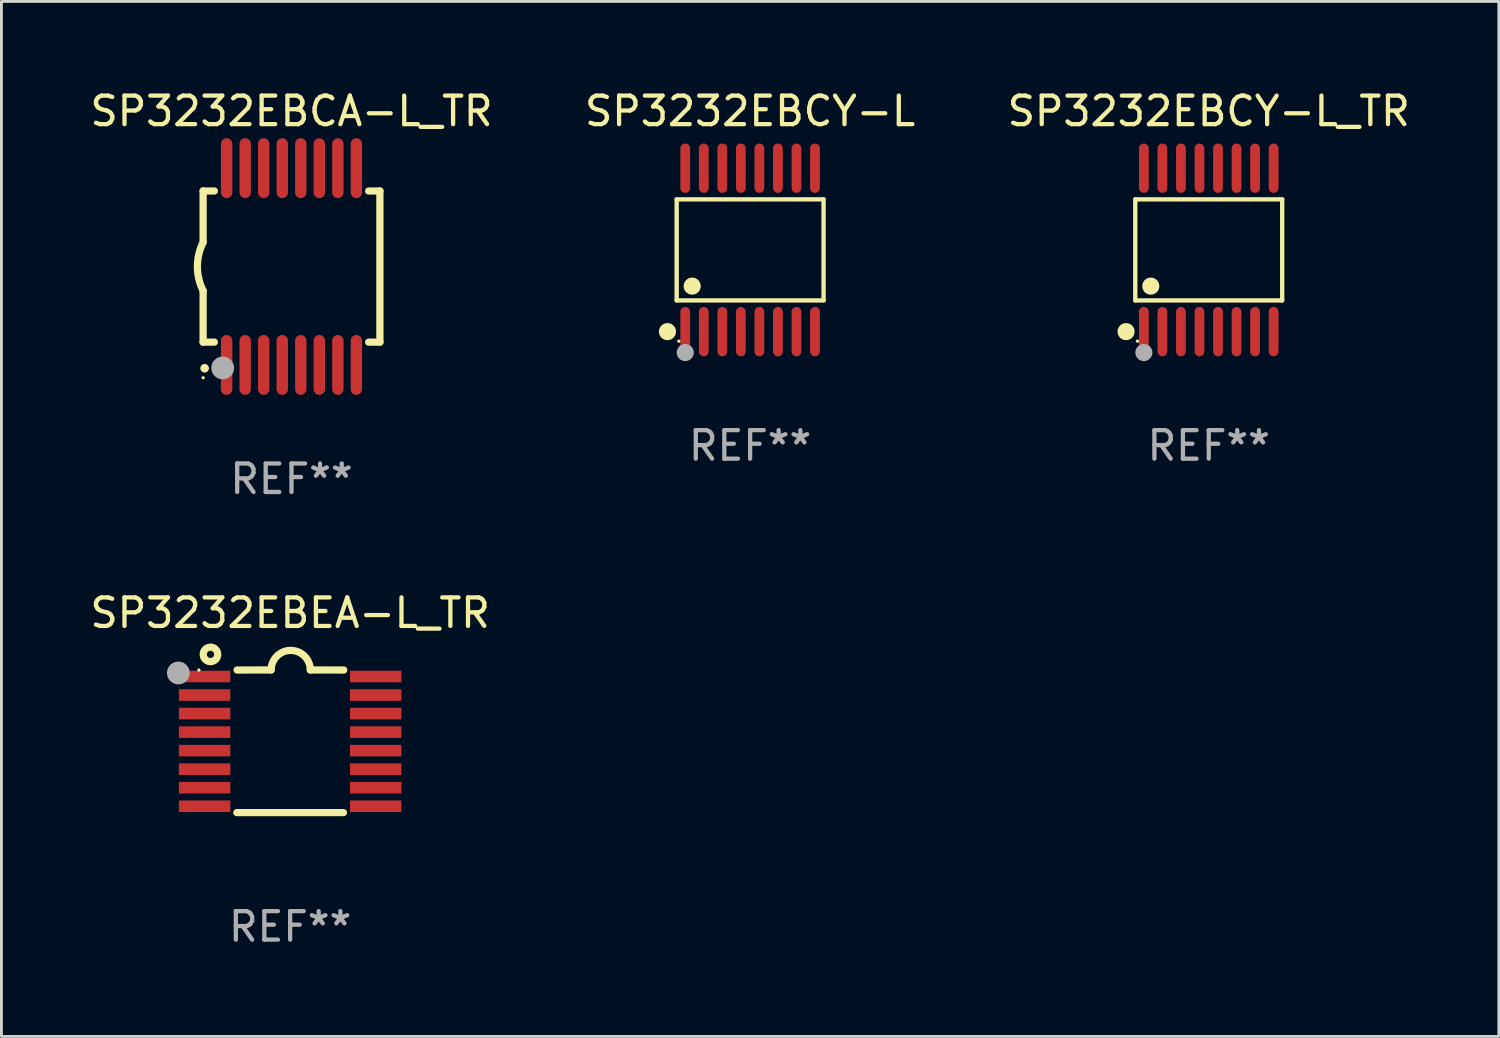
<source format=kicad_pcb>
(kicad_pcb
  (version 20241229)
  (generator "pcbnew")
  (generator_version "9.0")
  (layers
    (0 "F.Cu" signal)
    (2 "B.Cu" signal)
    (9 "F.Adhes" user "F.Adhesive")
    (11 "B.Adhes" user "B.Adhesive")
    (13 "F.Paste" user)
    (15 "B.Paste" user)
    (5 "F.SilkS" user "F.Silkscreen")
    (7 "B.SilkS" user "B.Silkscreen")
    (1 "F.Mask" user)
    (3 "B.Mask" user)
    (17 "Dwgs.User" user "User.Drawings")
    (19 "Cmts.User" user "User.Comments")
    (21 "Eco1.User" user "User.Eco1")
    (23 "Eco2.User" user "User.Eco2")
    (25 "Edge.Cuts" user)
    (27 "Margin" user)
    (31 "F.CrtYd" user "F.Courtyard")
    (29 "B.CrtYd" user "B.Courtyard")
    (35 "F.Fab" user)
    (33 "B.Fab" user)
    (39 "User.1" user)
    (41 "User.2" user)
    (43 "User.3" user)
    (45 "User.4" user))
  (footprint "SP3232EBCY-L"
    (layer "F.Cu")
    (at 23.256 5.714)
    (property "Reference" "SP3232EBCY-L" (at 0 -4.866 0) (layer "F.SilkS") (effects (font (size 1 1) (thickness 0.15))))
    (attr through_hole)
    (fp_line (start -2.576 -1.772) (end 2.576 -1.772) (stroke (width 0.152) (type solid)) (layer "F.SilkS"))
    (fp_line (start -2.576 1.771) (end -2.576 -1.772) (stroke (width 0.152) (type solid)) (layer "F.SilkS"))
    (fp_line (start 2.576 -1.772) (end 2.576 1.771) (stroke (width 0.152) (type solid)) (layer "F.SilkS"))
    (fp_line (start 2.576 1.771) (end -2.576 1.771) (stroke (width 0.152) (type solid)) (layer "F.SilkS"))
    (fp_circle (center -2.899 2.866) (end -2.749 2.866) (stroke (width 0.3) (type solid)) (fill no) (layer "F.SilkS"))
    (fp_circle (center -2.5 3.2) (end -2.47 3.2) (stroke (width 0.06) (type solid)) (fill no) (layer "F.SilkS"))
    (fp_circle (center -2.032 1.27) (end -1.882 1.27) (stroke (width 0.3) (type solid)) (fill no) (layer "F.SilkS"))
    (fp_circle (center -2.275 3.6) (end -2.125 3.6) (stroke (width 0.3) (type solid)) (fill no) (layer "F.Fab"))
    (fp_text user "REF**" (at 0 6.866 0) (layer "F.Fab") (effects (font (size 1 1) (thickness 0.15))))
    (pad "1" smd oval (at -2.275 2.866) (size 0.343 1.731) (layers "F.Cu" "F.Mask" "F.Paste"))
    (pad "2" smd oval (at -1.625 2.866) (size 0.343 1.731) (layers "F.Cu" "F.Mask" "F.Paste"))
    (pad "3" smd oval (at -0.975 2.866) (size 0.343 1.731) (layers "F.Cu" "F.Mask" "F.Paste"))
    (pad "4" smd oval (at -0.325 2.866) (size 0.343 1.731) (layers "F.Cu" "F.Mask" "F.Paste"))
    (pad "5" smd oval (at 0.325 2.866) (size 0.343 1.731) (layers "F.Cu" "F.Mask" "F.Paste"))
    (pad "6" smd oval (at 0.975 2.866) (size 0.343 1.731) (layers "F.Cu" "F.Mask" "F.Paste"))
    (pad "7" smd oval (at 1.625 2.866) (size 0.343 1.731) (layers "F.Cu" "F.Mask" "F.Paste"))
    (pad "8" smd oval (at 2.275 2.866) (size 0.343 1.731) (layers "F.Cu" "F.Mask" "F.Paste"))
    (pad "9" smd oval (at 2.275 -2.866) (size 0.343 1.731) (layers "F.Cu" "F.Mask" "F.Paste"))
    (pad "10" smd oval (at 1.625 -2.866) (size 0.343 1.731) (layers "F.Cu" "F.Mask" "F.Paste"))
    (pad "11" smd oval (at 0.975 -2.866) (size 0.343 1.731) (layers "F.Cu" "F.Mask" "F.Paste"))
    (pad "12" smd oval (at 0.325 -2.866) (size 0.343 1.731) (layers "F.Cu" "F.Mask" "F.Paste"))
    (pad "13" smd oval (at -0.325 -2.866) (size 0.343 1.731) (layers "F.Cu" "F.Mask" "F.Paste"))
    (pad "14" smd oval (at -0.975 -2.866) (size 0.343 1.731) (layers "F.Cu" "F.Mask" "F.Paste"))
    (pad "15" smd oval (at -1.625 -2.866) (size 0.343 1.731) (layers "F.Cu" "F.Mask" "F.Paste"))
    (pad "16" smd oval (at -2.275 -2.866) (size 0.343 1.731) (layers "F.Cu" "F.Mask" "F.Paste")))
  (footprint "SP3232EBEA-L_TR"
    (layer "F.Cu")
    (at 7.125 22.946)
    (property "Reference" "SP3232EBEA-L_TR" (at 0 -4.501 0) (layer "F.SilkS") (effects (font (size 1 1) (thickness 0.15))))
    (attr through_hole)
    (fp_line (start -1.868 2.501) (end 1.868 2.501) (stroke (width 0.254) (type solid)) (layer "F.SilkS"))
    (fp_line (start -1.86 -2.499) (end -0.666 -2.501) (stroke (width 0.254) (type solid)) (layer "F.SilkS"))
    (fp_line (start 0.706 -2.501) (end 1.88 -2.499) (stroke (width 0.254) (type solid)) (layer "F.SilkS"))
    (fp_arc (start -0.665914 -2.501448) (mid 0.019888 -3.18725) (end 0.70569 -2.501448) (stroke (width 0.254001) (type solid)) (layer "F.SilkS"))
    (fp_circle (center -3.2 -2.497) (end -3.17 -2.497) (stroke (width 0.06) (type solid)) (fill no) (layer "F.SilkS"))
    (fp_circle (center -2.794 -3.047) (end -2.54 -3.047) (stroke (width 0.254) (type solid)) (fill no) (layer "F.SilkS"))
    (fp_circle (center -3.921 -2.395) (end -3.721 -2.395) (stroke (width 0.4) (type solid)) (fill no) (layer "F.Fab"))
    (fp_text user "REF**" (at 0 6.501 0) (layer "F.Fab") (effects (font (size 1 1) (thickness 0.15))))
    (pad "1" smd rect (at -3 -2.272) (size 1.803 0.406) (layers "F.Cu" "F.Mask" "F.Paste"))
    (pad "2" smd rect (at -3 -1.622) (size 1.803 0.406) (layers "F.Cu" "F.Mask" "F.Paste"))
    (pad "3" smd rect (at -3 -0.972) (size 1.803 0.406) (layers "F.Cu" "F.Mask" "F.Paste"))
    (pad "4" smd rect (at -3 -0.322) (size 1.803 0.406) (layers "F.Cu" "F.Mask" "F.Paste"))
    (pad "5" smd rect (at -3 0.328) (size 1.803 0.406) (layers "F.Cu" "F.Mask" "F.Paste"))
    (pad "6" smd rect (at -3 0.978) (size 1.803 0.406) (layers "F.Cu" "F.Mask" "F.Paste"))
    (pad "7" smd rect (at -3 1.628) (size 1.803 0.406) (layers "F.Cu" "F.Mask" "F.Paste"))
    (pad "8" smd rect (at -3 2.278) (size 1.803 0.406) (layers "F.Cu" "F.Mask" "F.Paste"))
    (pad "9" smd rect (at 3 2.278) (size 1.803 0.406) (layers "F.Cu" "F.Mask" "F.Paste"))
    (pad "10" smd rect (at 3 1.628) (size 1.803 0.406) (layers "F.Cu" "F.Mask" "F.Paste"))
    (pad "11" smd rect (at 3 0.978) (size 1.803 0.406) (layers "F.Cu" "F.Mask" "F.Paste"))
    (pad "12" smd rect (at 3 0.328) (size 1.803 0.406) (layers "F.Cu" "F.Mask" "F.Paste"))
    (pad "13" smd rect (at 3 -0.322) (size 1.803 0.406) (layers "F.Cu" "F.Mask" "F.Paste"))
    (pad "14" smd rect (at 3 -0.972) (size 1.803 0.406) (layers "F.Cu" "F.Mask" "F.Paste"))
    (pad "15" smd rect (at 3 -1.622) (size 1.803 0.406) (layers "F.Cu" "F.Mask" "F.Paste"))
    (pad "16" smd rect (at 3 -2.272) (size 1.803 0.406) (layers "F.Cu" "F.Mask" "F.Paste")))
  (footprint "SP3232EBCY-L_TR"
    (layer "F.Cu")
    (at 39.339 5.714)
    (property "Reference" "SP3232EBCY-L_TR" (at 0 -4.866 0) (layer "F.SilkS") (effects (font (size 1 1) (thickness 0.15))))
    (attr through_hole)
    (fp_line (start -2.576 -1.772) (end 2.576 -1.772) (stroke (width 0.152) (type solid)) (layer "F.SilkS"))
    (fp_line (start -2.576 1.771) (end -2.576 -1.772) (stroke (width 0.152) (type solid)) (layer "F.SilkS"))
    (fp_line (start 2.576 -1.772) (end 2.576 1.771) (stroke (width 0.152) (type solid)) (layer "F.SilkS"))
    (fp_line (start 2.576 1.771) (end -2.576 1.771) (stroke (width 0.152) (type solid)) (layer "F.SilkS"))
    (fp_circle (center -2.899 2.866) (end -2.749 2.866) (stroke (width 0.3) (type solid)) (fill no) (layer "F.SilkS"))
    (fp_circle (center -2.5 3.2) (end -2.47 3.2) (stroke (width 0.06) (type solid)) (fill no) (layer "F.SilkS"))
    (fp_circle (center -2.032 1.27) (end -1.882 1.27) (stroke (width 0.3) (type solid)) (fill no) (layer "F.SilkS"))
    (fp_circle (center -2.275 3.6) (end -2.125 3.6) (stroke (width 0.3) (type solid)) (fill no) (layer "F.Fab"))
    (fp_text user "REF**" (at 0 6.866 0) (layer "F.Fab") (effects (font (size 1 1) (thickness 0.15))))
    (pad "1" smd oval (at -2.275 2.866) (size 0.343 1.731) (layers "F.Cu" "F.Mask" "F.Paste"))
    (pad "2" smd oval (at -1.625 2.866) (size 0.343 1.731) (layers "F.Cu" "F.Mask" "F.Paste"))
    (pad "3" smd oval (at -0.975 2.866) (size 0.343 1.731) (layers "F.Cu" "F.Mask" "F.Paste"))
    (pad "4" smd oval (at -0.325 2.866) (size 0.343 1.731) (layers "F.Cu" "F.Mask" "F.Paste"))
    (pad "5" smd oval (at 0.325 2.866) (size 0.343 1.731) (layers "F.Cu" "F.Mask" "F.Paste"))
    (pad "6" smd oval (at 0.975 2.866) (size 0.343 1.731) (layers "F.Cu" "F.Mask" "F.Paste"))
    (pad "7" smd oval (at 1.625 2.866) (size 0.343 1.731) (layers "F.Cu" "F.Mask" "F.Paste"))
    (pad "8" smd oval (at 2.275 2.866) (size 0.343 1.731) (layers "F.Cu" "F.Mask" "F.Paste"))
    (pad "9" smd oval (at 2.275 -2.866) (size 0.343 1.731) (layers "F.Cu" "F.Mask" "F.Paste"))
    (pad "10" smd oval (at 1.625 -2.866) (size 0.343 1.731) (layers "F.Cu" "F.Mask" "F.Paste"))
    (pad "11" smd oval (at 0.975 -2.866) (size 0.343 1.731) (layers "F.Cu" "F.Mask" "F.Paste"))
    (pad "12" smd oval (at 0.325 -2.866) (size 0.343 1.731) (layers "F.Cu" "F.Mask" "F.Paste"))
    (pad "13" smd oval (at -0.325 -2.866) (size 0.343 1.731) (layers "F.Cu" "F.Mask" "F.Paste"))
    (pad "14" smd oval (at -0.975 -2.866) (size 0.343 1.731) (layers "F.Cu" "F.Mask" "F.Paste"))
    (pad "15" smd oval (at -1.625 -2.866) (size 0.343 1.731) (layers "F.Cu" "F.Mask" "F.Paste"))
    (pad "16" smd oval (at -2.275 -2.866) (size 0.343 1.731) (layers "F.Cu" "F.Mask" "F.Paste")))
  (footprint "SP3232EBCA-L_TR"
    (layer "F.Cu")
    (at 7.173 6.298)
    (property "Reference" "SP3232EBCA-L_TR" (at 0 -5.45 0) (layer "F.SilkS") (effects (font (size 1 1) (thickness 0.15))))
    (attr through_hole)
    (fp_line (start -3.1 -2.65) (end -3.1 -0.85) (stroke (width 0.254) (type solid)) (layer "F.SilkS"))
    (fp_line (start -3.1 -2.65) (end -2.706 -2.65) (stroke (width 0.254) (type solid)) (layer "F.SilkS"))
    (fp_line (start -3.1 2.65) (end -3.1 0.85) (stroke (width 0.254) (type solid)) (layer "F.SilkS"))
    (fp_line (start -3.1 2.65) (end -2.706 2.65) (stroke (width 0.254) (type solid)) (layer "F.SilkS"))
    (fp_line (start 2.706 -2.65) (end 3.1 -2.65) (stroke (width 0.254) (type solid)) (layer "F.SilkS"))
    (fp_line (start 2.706 2.65) (end 3.1 2.65) (stroke (width 0.254) (type solid)) (layer "F.SilkS"))
    (fp_line (start 3.1 -2.65) (end 3.1 2.65) (stroke (width 0.254) (type solid)) (layer "F.SilkS"))
    (fp_arc (start -3.098907 0.850902) (mid -3.300057 0.000523) (end -3.1 -0.850114) (stroke (width 0.254001) (type solid)) (layer "F.SilkS"))
    (fp_arc (start -3.048006 3.566066) (mid -3.046736 3.566061) (end -3.045466 3.566066) (stroke (width 0.3) (type solid)) (layer "F.SilkS"))
    (fp_circle (center -3.1 3.9) (end -3.07 3.9) (stroke (width 0.06) (type solid)) (fill no) (layer "F.SilkS"))
    (fp_circle (center -2.413 3.556) (end -2.213 3.556) (stroke (width 0.4) (type solid)) (fill no) (layer "F.Fab"))
    (fp_text user "REF**" (at 0 7.45 0) (layer "F.Fab") (effects (font (size 1 1) (thickness 0.15))))
    (pad "1" smd oval (at -2.275 3.45 180) (size 0.4 2.1) (layers "F.Cu" "F.Mask" "F.Paste"))
    (pad "2" smd oval (at -1.625 3.45 180) (size 0.4 2.1) (layers "F.Cu" "F.Mask" "F.Paste"))
    (pad "3" smd oval (at -0.975 3.45 180) (size 0.4 2.1) (layers "F.Cu" "F.Mask" "F.Paste"))
    (pad "4" smd oval (at -0.325 3.45 180) (size 0.4 2.1) (layers "F.Cu" "F.Mask" "F.Paste"))
    (pad "5" smd oval (at 0.325 3.45 180) (size 0.4 2.1) (layers "F.Cu" "F.Mask" "F.Paste"))
    (pad "6" smd oval (at 0.975 3.45 180) (size 0.4 2.1) (layers "F.Cu" "F.Mask" "F.Paste"))
    (pad "7" smd oval (at 1.625 3.45 180) (size 0.4 2.1) (layers "F.Cu" "F.Mask" "F.Paste"))
    (pad "8" smd oval (at 2.275 3.45 180) (size 0.4 2.1) (layers "F.Cu" "F.Mask" "F.Paste"))
    (pad "9" smd oval (at 2.275 -3.45 180) (size 0.4 2.1) (layers "F.Cu" "F.Mask" "F.Paste"))
    (pad "10" smd oval (at 1.625 -3.45 180) (size 0.4 2.1) (layers "F.Cu" "F.Mask" "F.Paste"))
    (pad "11" smd oval (at 0.975 -3.45 180) (size 0.4 2.1) (layers "F.Cu" "F.Mask" "F.Paste"))
    (pad "12" smd oval (at 0.325 -3.45 180) (size 0.4 2.1) (layers "F.Cu" "F.Mask" "F.Paste"))
    (pad "13" smd oval (at -0.325 -3.45 180) (size 0.4 2.1) (layers "F.Cu" "F.Mask" "F.Paste"))
    (pad "14" smd oval (at -0.975 -3.45 180) (size 0.4 2.1) (layers "F.Cu" "F.Mask" "F.Paste"))
    (pad "15" smd oval (at -1.625 -3.45 180) (size 0.4 2.1) (layers "F.Cu" "F.Mask" "F.Paste"))
    (pad "16" smd oval (at -2.275 -3.45 180) (size 0.4 2.1) (layers "F.Cu" "F.Mask" "F.Paste")))
  (gr_rect
    (start -3 -3)
    (end 49.512 33.296)
    (stroke (width 0.1) (type default))
    (fill no)
    (layer "Edge.Cuts")))
</source>
